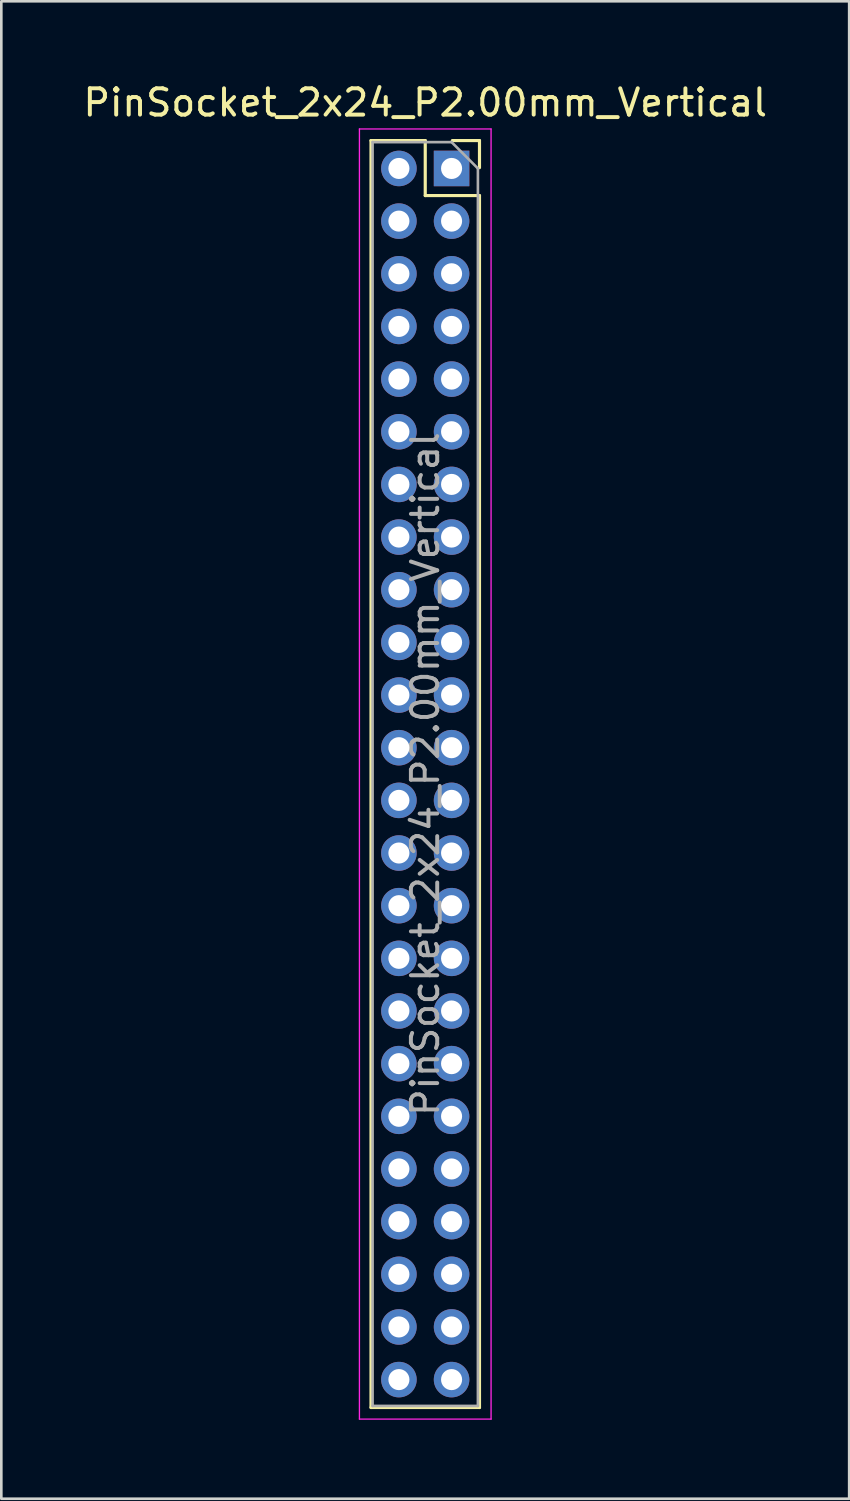
<source format=kicad_pcb>
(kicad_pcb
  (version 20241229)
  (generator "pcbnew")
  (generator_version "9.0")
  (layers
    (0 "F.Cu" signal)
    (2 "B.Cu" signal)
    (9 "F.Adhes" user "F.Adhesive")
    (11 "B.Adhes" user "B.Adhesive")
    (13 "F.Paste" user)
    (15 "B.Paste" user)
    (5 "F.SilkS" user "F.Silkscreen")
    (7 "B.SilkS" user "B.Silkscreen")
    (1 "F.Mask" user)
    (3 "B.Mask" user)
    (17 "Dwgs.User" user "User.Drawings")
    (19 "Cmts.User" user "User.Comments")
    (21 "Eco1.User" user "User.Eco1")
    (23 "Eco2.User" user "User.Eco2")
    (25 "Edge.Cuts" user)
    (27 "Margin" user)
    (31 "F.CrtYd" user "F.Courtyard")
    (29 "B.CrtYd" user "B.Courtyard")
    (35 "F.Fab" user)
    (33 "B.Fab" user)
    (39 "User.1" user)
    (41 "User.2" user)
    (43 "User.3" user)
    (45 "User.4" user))
  (footprint "PinSocket_2x24_P2.00mm_Vertical"
    (layer "F.Cu")
    (at 14.101 3.348)
    (property "Reference" "PinSocket_2x24_P2.00mm_Vertical" (at -1 -2.5 0) (layer "F.SilkS") (effects (font (size 1 1) (thickness 0.15))))
    (attr through_hole)
    (fp_line (start -3.06 -1.06) (end -3.06 47.06) (stroke (width 0.12) (type solid)) (layer "F.SilkS"))
    (fp_line (start -3.06 47.06) (end 1.06 47.06) (stroke (width 0.12) (type solid)) (layer "F.SilkS"))
    (fp_line (start -1 -1.06) (end -3.06 -1.06) (stroke (width 0.12) (type solid)) (layer "F.SilkS"))
    (fp_line (start -1 1.03) (end -1 -1.06) (stroke (width 0.12) (type solid)) (layer "F.SilkS"))
    (fp_line (start 1.06 -1.06) (end 0.03 -1.06) (stroke (width 0.12) (type solid)) (layer "F.SilkS"))
    (fp_line (start 1.06 -0.03) (end 1.06 -1.06) (stroke (width 0.12) (type solid)) (layer "F.SilkS"))
    (fp_line (start 1.06 1.03) (end -1 1.03) (stroke (width 0.12) (type solid)) (layer "F.SilkS"))
    (fp_line (start 1.06 47.06) (end 1.06 1.03) (stroke (width 0.12) (type solid)) (layer "F.SilkS"))
    (fp_line (start -3.5 -1.5) (end 1.5 -1.5) (stroke (width 0.05) (type solid)) (layer "F.CrtYd"))
    (fp_line (start -3.5 47.5) (end -3.5 -1.5) (stroke (width 0.05) (type solid)) (layer "F.CrtYd"))
    (fp_line (start 1.5 -1.5) (end 1.5 47.5) (stroke (width 0.05) (type solid)) (layer "F.CrtYd"))
    (fp_line (start 1.5 47.5) (end -3.5 47.5) (stroke (width 0.05) (type solid)) (layer "F.CrtYd"))
    (fp_line (start -3 -1) (end 0 -1) (stroke (width 0.1) (type solid)) (layer "F.Fab"))
    (fp_line (start -3 47) (end -3 -1) (stroke (width 0.1) (type solid)) (layer "F.Fab"))
    (fp_line (start 0 -1) (end 1 0) (stroke (width 0.1) (type solid)) (layer "F.Fab"))
    (fp_line (start 1 0) (end 1 47) (stroke (width 0.1) (type solid)) (layer "F.Fab"))
    (fp_line (start 1 47) (end -3 47) (stroke (width 0.1) (type solid)) (layer "F.Fab"))
    (fp_text user "${REFERENCE}" (at -1 23 90) (layer "F.Fab") (effects (font (size 1 1) (thickness 0.15))))
    (pad "1" thru_hole rect (at 0 0) (size 1.35 1.35) (drill 0.8) (layers "*.Cu" "*.Mask"))
    (pad "2" thru_hole oval (at -2 0) (size 1.35 1.35) (drill 0.8) (layers "*.Cu" "*.Mask"))
    (pad "3" thru_hole oval (at 0 2) (size 1.35 1.35) (drill 0.8) (layers "*.Cu" "*.Mask"))
    (pad "4" thru_hole oval (at -2 2) (size 1.35 1.35) (drill 0.8) (layers "*.Cu" "*.Mask"))
    (pad "5" thru_hole oval (at 0 4) (size 1.35 1.35) (drill 0.8) (layers "*.Cu" "*.Mask"))
    (pad "6" thru_hole oval (at -2 4) (size 1.35 1.35) (drill 0.8) (layers "*.Cu" "*.Mask"))
    (pad "7" thru_hole oval (at 0 6) (size 1.35 1.35) (drill 0.8) (layers "*.Cu" "*.Mask"))
    (pad "8" thru_hole oval (at -2 6) (size 1.35 1.35) (drill 0.8) (layers "*.Cu" "*.Mask"))
    (pad "9" thru_hole oval (at 0 8) (size 1.35 1.35) (drill 0.8) (layers "*.Cu" "*.Mask"))
    (pad "10" thru_hole oval (at -2 8) (size 1.35 1.35) (drill 0.8) (layers "*.Cu" "*.Mask"))
    (pad "11" thru_hole oval (at 0 10) (size 1.35 1.35) (drill 0.8) (layers "*.Cu" "*.Mask"))
    (pad "12" thru_hole oval (at -2 10) (size 1.35 1.35) (drill 0.8) (layers "*.Cu" "*.Mask"))
    (pad "13" thru_hole oval (at 0 12) (size 1.35 1.35) (drill 0.8) (layers "*.Cu" "*.Mask"))
    (pad "14" thru_hole oval (at -2 12) (size 1.35 1.35) (drill 0.8) (layers "*.Cu" "*.Mask"))
    (pad "15" thru_hole oval (at 0 14) (size 1.35 1.35) (drill 0.8) (layers "*.Cu" "*.Mask"))
    (pad "16" thru_hole oval (at -2 14) (size 1.35 1.35) (drill 0.8) (layers "*.Cu" "*.Mask"))
    (pad "17" thru_hole oval (at 0 16) (size 1.35 1.35) (drill 0.8) (layers "*.Cu" "*.Mask"))
    (pad "18" thru_hole oval (at -2 16) (size 1.35 1.35) (drill 0.8) (layers "*.Cu" "*.Mask"))
    (pad "19" thru_hole oval (at 0 18) (size 1.35 1.35) (drill 0.8) (layers "*.Cu" "*.Mask"))
    (pad "20" thru_hole oval (at -2 18) (size 1.35 1.35) (drill 0.8) (layers "*.Cu" "*.Mask"))
    (pad "21" thru_hole oval (at 0 20) (size 1.35 1.35) (drill 0.8) (layers "*.Cu" "*.Mask"))
    (pad "22" thru_hole oval (at -2 20) (size 1.35 1.35) (drill 0.8) (layers "*.Cu" "*.Mask"))
    (pad "23" thru_hole oval (at 0 22) (size 1.35 1.35) (drill 0.8) (layers "*.Cu" "*.Mask"))
    (pad "24" thru_hole oval (at -2 22) (size 1.35 1.35) (drill 0.8) (layers "*.Cu" "*.Mask"))
    (pad "25" thru_hole oval (at 0 24) (size 1.35 1.35) (drill 0.8) (layers "*.Cu" "*.Mask"))
    (pad "26" thru_hole oval (at -2 24) (size 1.35 1.35) (drill 0.8) (layers "*.Cu" "*.Mask"))
    (pad "27" thru_hole oval (at 0 26) (size 1.35 1.35) (drill 0.8) (layers "*.Cu" "*.Mask"))
    (pad "28" thru_hole oval (at -2 26) (size 1.35 1.35) (drill 0.8) (layers "*.Cu" "*.Mask"))
    (pad "29" thru_hole oval (at 0 28) (size 1.35 1.35) (drill 0.8) (layers "*.Cu" "*.Mask"))
    (pad "30" thru_hole oval (at -2 28) (size 1.35 1.35) (drill 0.8) (layers "*.Cu" "*.Mask"))
    (pad "31" thru_hole oval (at 0 30) (size 1.35 1.35) (drill 0.8) (layers "*.Cu" "*.Mask"))
    (pad "32" thru_hole oval (at -2 30) (size 1.35 1.35) (drill 0.8) (layers "*.Cu" "*.Mask"))
    (pad "33" thru_hole oval (at 0 32) (size 1.35 1.35) (drill 0.8) (layers "*.Cu" "*.Mask"))
    (pad "34" thru_hole oval (at -2 32) (size 1.35 1.35) (drill 0.8) (layers "*.Cu" "*.Mask"))
    (pad "35" thru_hole oval (at 0 34) (size 1.35 1.35) (drill 0.8) (layers "*.Cu" "*.Mask"))
    (pad "36" thru_hole oval (at -2 34) (size 1.35 1.35) (drill 0.8) (layers "*.Cu" "*.Mask"))
    (pad "37" thru_hole oval (at 0 36) (size 1.35 1.35) (drill 0.8) (layers "*.Cu" "*.Mask"))
    (pad "38" thru_hole oval (at -2 36) (size 1.35 1.35) (drill 0.8) (layers "*.Cu" "*.Mask"))
    (pad "39" thru_hole oval (at 0 38) (size 1.35 1.35) (drill 0.8) (layers "*.Cu" "*.Mask"))
    (pad "40" thru_hole oval (at -2 38) (size 1.35 1.35) (drill 0.8) (layers "*.Cu" "*.Mask"))
    (pad "41" thru_hole oval (at 0 40) (size 1.35 1.35) (drill 0.8) (layers "*.Cu" "*.Mask"))
    (pad "42" thru_hole oval (at -2 40) (size 1.35 1.35) (drill 0.8) (layers "*.Cu" "*.Mask"))
    (pad "43" thru_hole oval (at 0 42) (size 1.35 1.35) (drill 0.8) (layers "*.Cu" "*.Mask"))
    (pad "44" thru_hole oval (at -2 42) (size 1.35 1.35) (drill 0.8) (layers "*.Cu" "*.Mask"))
    (pad "45" thru_hole oval (at 0 44) (size 1.35 1.35) (drill 0.8) (layers "*.Cu" "*.Mask"))
    (pad "46" thru_hole oval (at -2 44) (size 1.35 1.35) (drill 0.8) (layers "*.Cu" "*.Mask"))
    (pad "47" thru_hole oval (at 0 46) (size 1.35 1.35) (drill 0.8) (layers "*.Cu" "*.Mask"))
    (pad "48" thru_hole oval (at -2 46) (size 1.35 1.35) (drill 0.8) (layers "*.Cu" "*.Mask")))
  (gr_rect
    (start -3 -3)
    (end 29.202 53.873)
    (stroke (width 0.1) (type default))
    (fill no)
    (layer "Edge.Cuts")))
</source>
